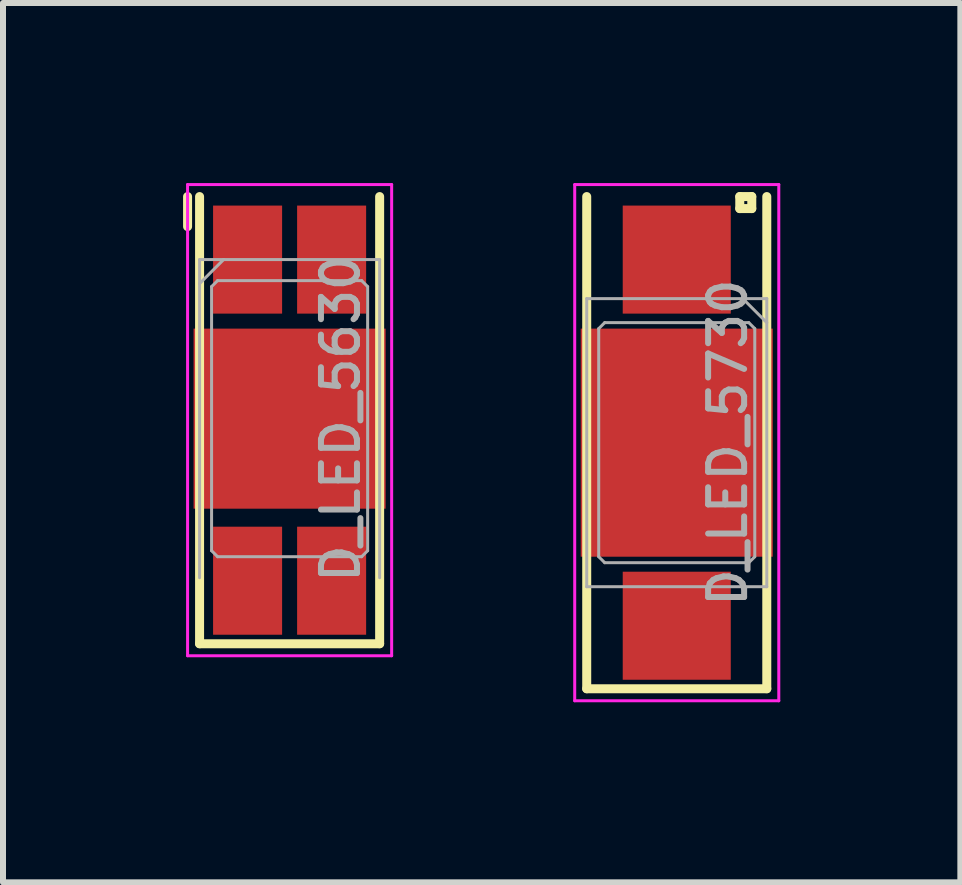
<source format=kicad_pcb>
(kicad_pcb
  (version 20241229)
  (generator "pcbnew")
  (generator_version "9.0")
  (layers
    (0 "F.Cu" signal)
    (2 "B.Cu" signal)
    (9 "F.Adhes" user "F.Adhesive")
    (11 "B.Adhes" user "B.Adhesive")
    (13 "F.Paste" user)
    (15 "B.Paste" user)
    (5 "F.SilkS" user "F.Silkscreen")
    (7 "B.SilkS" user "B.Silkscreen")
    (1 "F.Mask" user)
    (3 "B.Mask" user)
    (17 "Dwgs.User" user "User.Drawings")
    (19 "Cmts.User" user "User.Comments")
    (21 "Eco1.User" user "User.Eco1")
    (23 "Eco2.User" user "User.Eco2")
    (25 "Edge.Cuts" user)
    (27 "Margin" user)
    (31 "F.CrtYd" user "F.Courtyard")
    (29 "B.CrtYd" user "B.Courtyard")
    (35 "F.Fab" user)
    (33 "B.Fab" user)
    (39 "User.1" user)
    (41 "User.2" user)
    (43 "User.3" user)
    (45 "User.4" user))
  (footprint "D_LED_5730"
    (layer "F.Cu")
    (at 8.225 4.325)
    (property "Reference" "D_LED_5730" (at 0.85 0 90) (layer "F.Fab") (effects (font (size 0.6 0.6) (thickness 0.1))))
    (attr through_hole)
    (fp_line (start -1.5 -4.1) (end -1.5 4.1) (stroke (width 0.15) (type solid)) (layer "F.SilkS"))
    (fp_line (start -1.5 4.1) (end 1.5 4.1) (stroke (width 0.15) (type solid)) (layer "F.SilkS"))
    (fp_line (start 1.05 -4.1) (end 1.05 -3.9) (stroke (width 0.15) (type solid)) (layer "F.SilkS"))
    (fp_line (start 1.05 -3.9) (end 1.25 -3.9) (stroke (width 0.15) (type solid)) (layer "F.SilkS"))
    (fp_line (start 1.25 -4.1) (end 1.05 -4.1) (stroke (width 0.15) (type solid)) (layer "F.SilkS"))
    (fp_line (start 1.25 -3.9) (end 1.25 -4.1) (stroke (width 0.15) (type solid)) (layer "F.SilkS"))
    (fp_line (start 1.5 4.1) (end 1.5 -4.1) (stroke (width 0.15) (type solid)) (layer "F.SilkS"))
    (fp_line (start -1.7 -4.3) (end -1.7 4.3) (stroke (width 0.05) (type solid)) (layer "F.CrtYd"))
    (fp_line (start -1.7 4.3) (end 1.7 4.3) (stroke (width 0.05) (type solid)) (layer "F.CrtYd"))
    (fp_line (start 1.7 -4.3) (end -1.7 -4.3) (stroke (width 0.05) (type solid)) (layer "F.CrtYd"))
    (fp_line (start 1.7 4.3) (end 1.7 -4.3) (stroke (width 0.05) (type solid)) (layer "F.CrtYd"))
    (fp_line (start -1.5 -2.4) (end -1.5 2.4) (stroke (width 0.05) (type solid)) (layer "F.Fab"))
    (fp_line (start -1.5 2.4) (end 1.5 2.4) (stroke (width 0.05) (type solid)) (layer "F.Fab"))
    (fp_line (start -1.3 -1.9) (end -1.2 -2) (stroke (width 0.05) (type solid)) (layer "F.Fab"))
    (fp_line (start -1.3 1.9) (end -1.3 -1.9) (stroke (width 0.05) (type solid)) (layer "F.Fab"))
    (fp_line (start -1.2 -2) (end 1.2 -2) (stroke (width 0.05) (type solid)) (layer "F.Fab"))
    (fp_line (start -1.2 2) (end -1.3 1.9) (stroke (width 0.05) (type solid)) (layer "F.Fab"))
    (fp_line (start 1.1 -2.4) (end 1.5 -2) (stroke (width 0.05) (type solid)) (layer "F.Fab"))
    (fp_line (start 1.2 -2) (end 1.3 -1.9) (stroke (width 0.05) (type solid)) (layer "F.Fab"))
    (fp_line (start 1.2 2) (end -1.2 2) (stroke (width 0.05) (type solid)) (layer "F.Fab"))
    (fp_line (start 1.3 -1.9) (end 1.3 1.9) (stroke (width 0.05) (type solid)) (layer "F.Fab"))
    (fp_line (start 1.3 1.9) (end 1.2 2) (stroke (width 0.05) (type solid)) (layer "F.Fab"))
    (fp_line (start 1.5 -2.4) (end -1.5 -2.4) (stroke (width 0.05) (type solid)) (layer "F.Fab"))
    (fp_line (start 1.5 2.4) (end 1.5 -2.4) (stroke (width 0.05) (type solid)) (layer "F.Fab"))
    (fp_text user "${REFERENCE}" (at -1 0 90) (layer "Eco1.User") (effects (font (size 0.3 0.3) (thickness 0.03))))
    (pad "" smd rect (at 0 0) (size 1.8 3) (layers "F.Mask" "F.Paste"))
    (pad "1" smd rect (at 0 3.05) (size 1.8 1.8) (layers "F.Cu" "F.Mask" "F.Paste"))
    (pad "2" smd rect (at 0 -3.05) (size 1.8 1.8) (layers "F.Cu" "F.Mask" "F.Paste"))
    (pad "2" smd rect (at 0 0) (size 3.2 3.8) (layers "F.Cu")))
  (footprint "D_LED_5630"
    (layer "F.Cu")
    (at 1.775 3.925)
    (property "Reference" "D_LED_5630" (at 0.85 0 90) (layer "F.Fab") (effects (font (size 0.6 0.6) (thickness 0.1))))
    (attr through_hole)
    (fp_line (start -1.7 -3.7) (end -1.7 -3.2) (stroke (width 0.15) (type solid)) (layer "F.SilkS"))
    (fp_line (start -1.5 -3.7) (end -1.5 3.75) (stroke (width 0.15) (type solid)) (layer "F.SilkS"))
    (fp_line (start -1.5 3.75) (end 1.5 3.75) (stroke (width 0.15) (type solid)) (layer "F.SilkS"))
    (fp_line (start 1.5 3.75) (end 1.5 -3.7) (stroke (width 0.15) (type solid)) (layer "F.SilkS"))
    (fp_line (start -1.7 -3.9) (end -1.7 3.95) (stroke (width 0.05) (type solid)) (layer "F.CrtYd"))
    (fp_line (start -1.7 3.95) (end 1.7 3.95) (stroke (width 0.05) (type solid)) (layer "F.CrtYd"))
    (fp_line (start 1.7 -3.9) (end -1.7 -3.9) (stroke (width 0.05) (type solid)) (layer "F.CrtYd"))
    (fp_line (start 1.7 3.95) (end 1.7 -3.9) (stroke (width 0.05) (type solid)) (layer "F.CrtYd"))
    (fp_line (start -1.5 -2.65) (end -1.5 2.65) (stroke (width 0.05) (type solid)) (layer "F.Fab"))
    (fp_line (start -1.3 -2.2) (end -1.3 2.2) (stroke (width 0.05) (type solid)) (layer "F.Fab"))
    (fp_line (start -1.3 -2.2) (end -1.2 -2.3) (stroke (width 0.05) (type solid)) (layer "F.Fab"))
    (fp_line (start -1.2 -2.3) (end 1.2 -2.3) (stroke (width 0.05) (type solid)) (layer "F.Fab"))
    (fp_line (start -1.2 2.3) (end -1.3 2.2) (stroke (width 0.05) (type solid)) (layer "F.Fab"))
    (fp_line (start -1.1 -2.65) (end -1.5 -2.25) (stroke (width 0.05) (type solid)) (layer "F.Fab"))
    (fp_line (start 1.2 -2.3) (end 1.3 -2.2) (stroke (width 0.05) (type solid)) (layer "F.Fab"))
    (fp_line (start 1.2 2.3) (end -1.2 2.3) (stroke (width 0.05) (type solid)) (layer "F.Fab"))
    (fp_line (start 1.3 2.2) (end 1.2 2.3) (stroke (width 0.05) (type solid)) (layer "F.Fab"))
    (fp_line (start 1.3 2.2) (end 1.3 -2.2) (stroke (width 0.05) (type solid)) (layer "F.Fab"))
    (fp_line (start 1.5 -2.65) (end -1.5 -2.65) (stroke (width 0.05) (type solid)) (layer "F.Fab"))
    (fp_line (start 1.5 2.65) (end 1.5 -2.65) (stroke (width 0.05) (type solid)) (layer "F.Fab"))
    (fp_text user "${REFERENCE}" (at -0.95 0 90) (layer "Eco1.User") (effects (font (size 0.3 0.3) (thickness 0.03))))
    (pad "" smd rect (at 0 0) (size 1.8 2.6) (layers "F.Mask" "F.Paste"))
    (pad "" smd rect (at 0 0) (size 3.2 3) (layers "F.Cu"))
    (pad "1" smd rect (at 0.7 -2.65) (size 1.15 1.8) (layers "F.Cu" "F.Mask" "F.Paste"))
    (pad "2" smd rect (at 0.7 2.7) (size 1.15 1.8) (layers "F.Cu" "F.Mask" "F.Paste"))
    (pad "3" smd rect (at -0.7 -2.65) (size 1.15 1.8) (layers "F.Cu" "F.Mask" "F.Paste"))
    (pad "4" smd rect (at -0.7 2.7) (size 1.15 1.8) (layers "F.Cu" "F.Mask" "F.Paste")))
  (gr_rect
    (start -3 -3)
    (end 12.95 11.65)
    (stroke (width 0.1) (type default))
    (fill no)
    (layer "Edge.Cuts")))
</source>
